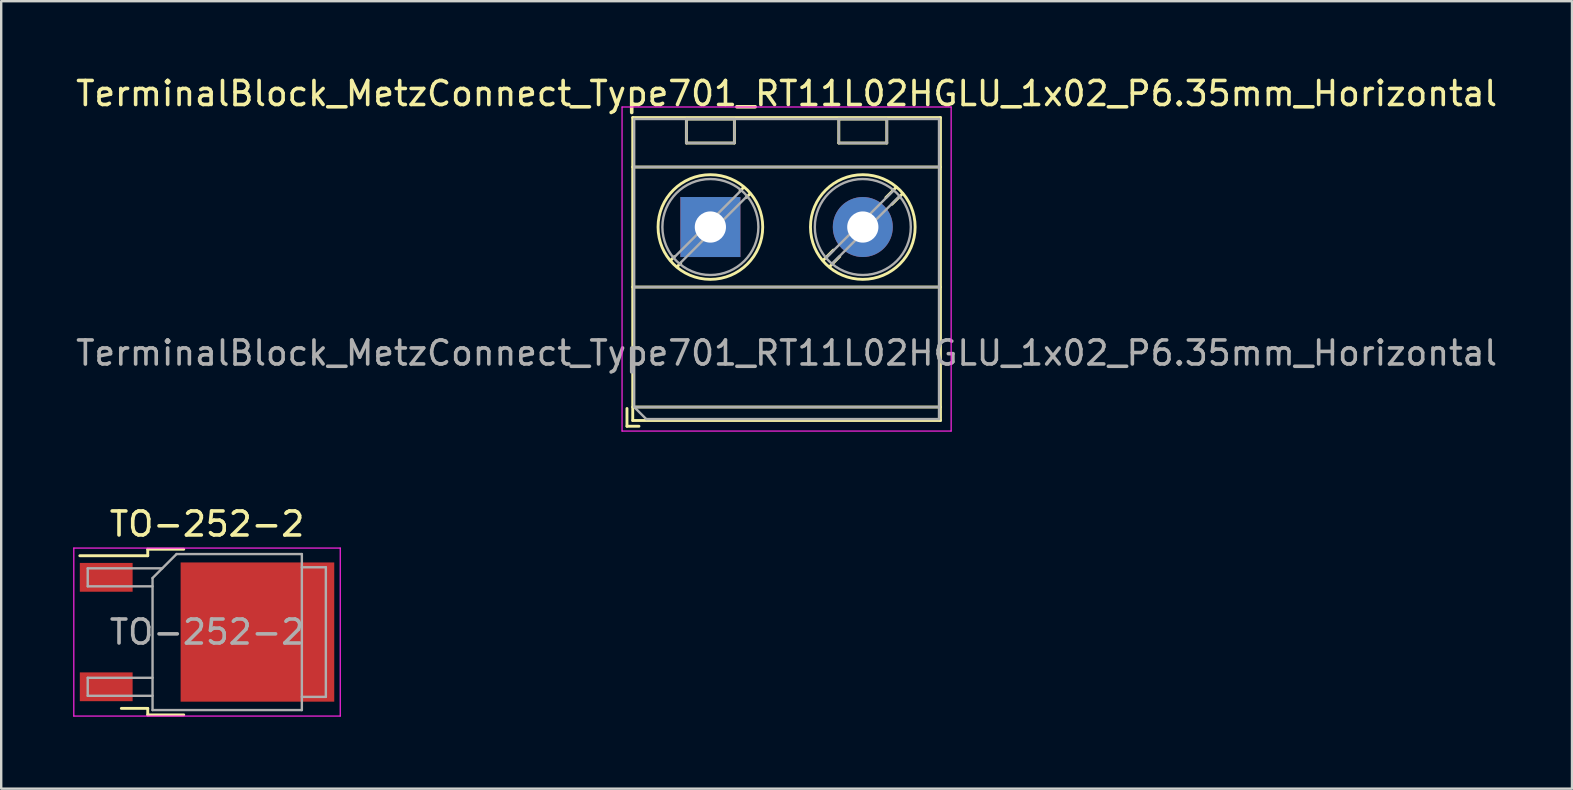
<source format=kicad_pcb>
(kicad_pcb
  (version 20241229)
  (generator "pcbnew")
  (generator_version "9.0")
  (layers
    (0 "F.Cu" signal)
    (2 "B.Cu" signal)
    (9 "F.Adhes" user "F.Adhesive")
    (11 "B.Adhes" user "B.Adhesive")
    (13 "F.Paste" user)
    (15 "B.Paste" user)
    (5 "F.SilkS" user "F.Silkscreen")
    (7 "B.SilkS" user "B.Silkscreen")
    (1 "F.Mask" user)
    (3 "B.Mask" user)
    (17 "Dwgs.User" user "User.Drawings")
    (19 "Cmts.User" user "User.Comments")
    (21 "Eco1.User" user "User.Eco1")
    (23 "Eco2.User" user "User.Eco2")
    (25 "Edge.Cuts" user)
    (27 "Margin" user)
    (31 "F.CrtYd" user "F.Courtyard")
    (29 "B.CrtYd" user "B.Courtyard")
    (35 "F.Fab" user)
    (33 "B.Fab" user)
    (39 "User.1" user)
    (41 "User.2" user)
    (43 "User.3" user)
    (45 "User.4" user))
  (footprint "TerminalBlock_MetzConnect_Type701_RT11L02HGLU_1x02_P6.35mm_Horizontal"
    (layer "F.Cu")
    (at 26.545 6.408)
    (property "Reference" "TerminalBlock_MetzConnect_Type701_RT11L02HGLU_1x02_P6.35mm_Horizontal" (at 3.175 -5.56 0) (layer "F.SilkS") (effects (font (size 1 1) (thickness 0.15))))
    (attr through_hole)
    (fp_line (start -3.475 7.56) (end -3.475 8.3) (stroke (width 0.12) (type solid)) (layer "F.SilkS"))
    (fp_line (start -3.475 8.3) (end -2.975 8.3) (stroke (width 0.12) (type solid)) (layer "F.SilkS"))
    (fp_line (start -3.235 -4.56) (end -3.235 8.06) (stroke (width 0.12) (type solid)) (layer "F.SilkS"))
    (fp_line (start -3.235 -4.56) (end 9.585 -4.56) (stroke (width 0.12) (type solid)) (layer "F.SilkS"))
    (fp_line (start -3.235 -2.5) (end 9.585 -2.5) (stroke (width 0.12) (type solid)) (layer "F.SilkS"))
    (fp_line (start -3.235 2.5) (end 9.585 2.5) (stroke (width 0.12) (type solid)) (layer "F.SilkS"))
    (fp_line (start -3.235 7.5) (end 9.585 7.5) (stroke (width 0.12) (type solid)) (layer "F.SilkS"))
    (fp_line (start -3.235 8.06) (end 9.585 8.06) (stroke (width 0.12) (type solid)) (layer "F.SilkS"))
    (fp_line (start -1.502 1.235) (end -1.654 1.388) (stroke (width 0.12) (type solid)) (layer "F.SilkS"))
    (fp_line (start -1.236 1.502) (end -1.388 1.654) (stroke (width 0.12) (type solid)) (layer "F.SilkS"))
    (fp_line (start -1 -4.5) (end -1 -3.5) (stroke (width 0.12) (type solid)) (layer "F.SilkS"))
    (fp_line (start -1 -4.5) (end 1 -4.5) (stroke (width 0.12) (type solid)) (layer "F.SilkS"))
    (fp_line (start -1 -3.5) (end 1 -3.5) (stroke (width 0.12) (type solid)) (layer "F.SilkS"))
    (fp_line (start 1 -4.5) (end 1 -3.5) (stroke (width 0.12) (type solid)) (layer "F.SilkS"))
    (fp_line (start 1.388 -1.654) (end 1.236 -1.502) (stroke (width 0.12) (type solid)) (layer "F.SilkS"))
    (fp_line (start 1.654 -1.388) (end 1.502 -1.236) (stroke (width 0.12) (type solid)) (layer "F.SilkS"))
    (fp_line (start 5.123 0.962) (end 4.697 1.388) (stroke (width 0.12) (type solid)) (layer "F.SilkS"))
    (fp_line (start 5.35 -4.5) (end 5.35 -3.5) (stroke (width 0.12) (type solid)) (layer "F.SilkS"))
    (fp_line (start 5.35 -4.5) (end 7.35 -4.5) (stroke (width 0.12) (type solid)) (layer "F.SilkS"))
    (fp_line (start 5.35 -3.5) (end 7.35 -3.5) (stroke (width 0.12) (type solid)) (layer "F.SilkS"))
    (fp_line (start 5.389 1.228) (end 4.963 1.654) (stroke (width 0.12) (type solid)) (layer "F.SilkS"))
    (fp_line (start 7.35 -4.5) (end 7.35 -3.5) (stroke (width 0.12) (type solid)) (layer "F.SilkS"))
    (fp_line (start 7.738 -1.654) (end 7.312 -1.228) (stroke (width 0.12) (type solid)) (layer "F.SilkS"))
    (fp_line (start 8.004 -1.388) (end 7.563 -0.947) (stroke (width 0.12) (type solid)) (layer "F.SilkS"))
    (fp_line (start 9.585 -4.56) (end 9.585 8.06) (stroke (width 0.12) (type solid)) (layer "F.SilkS"))
    (fp_circle (center 0 0) (end 2.18 0) (stroke (width 0.12) (type solid)) (fill no) (layer "F.SilkS"))
    (fp_circle (center 6.35 0) (end 8.53 0) (stroke (width 0.12) (type solid)) (fill no) (layer "F.SilkS"))
    (fp_line (start -3.68 -5) (end -3.68 8.5) (stroke (width 0.05) (type solid)) (layer "F.CrtYd"))
    (fp_line (start -3.68 8.5) (end 10.03 8.5) (stroke (width 0.05) (type solid)) (layer "F.CrtYd"))
    (fp_line (start 10.03 -5) (end -3.68 -5) (stroke (width 0.05) (type solid)) (layer "F.CrtYd"))
    (fp_line (start 10.03 8.5) (end 10.03 -5) (stroke (width 0.05) (type solid)) (layer "F.CrtYd"))
    (fp_line (start -3.175 -4.5) (end 9.525 -4.5) (stroke (width 0.1) (type solid)) (layer "F.Fab"))
    (fp_line (start -3.175 -2.5) (end 9.525 -2.5) (stroke (width 0.1) (type solid)) (layer "F.Fab"))
    (fp_line (start -3.175 2.5) (end 9.525 2.5) (stroke (width 0.1) (type solid)) (layer "F.Fab"))
    (fp_line (start -3.175 7.5) (end -3.175 -4.5) (stroke (width 0.1) (type solid)) (layer "F.Fab"))
    (fp_line (start -3.175 7.5) (end 9.525 7.5) (stroke (width 0.1) (type solid)) (layer "F.Fab"))
    (fp_line (start -2.675 8) (end -3.175 7.5) (stroke (width 0.1) (type solid)) (layer "F.Fab"))
    (fp_line (start -1 -4.5) (end -1 -3.5) (stroke (width 0.1) (type solid)) (layer "F.Fab"))
    (fp_line (start -1 -3.5) (end 1 -3.5) (stroke (width 0.1) (type solid)) (layer "F.Fab"))
    (fp_line (start 1 -4.5) (end -1 -4.5) (stroke (width 0.1) (type solid)) (layer "F.Fab"))
    (fp_line (start 1 -3.5) (end 1 -4.5) (stroke (width 0.1) (type solid)) (layer "F.Fab"))
    (fp_line (start 1.273 -1.517) (end -1.517 1.273) (stroke (width 0.1) (type solid)) (layer "F.Fab"))
    (fp_line (start 1.517 -1.273) (end -1.273 1.517) (stroke (width 0.1) (type solid)) (layer "F.Fab"))
    (fp_line (start 5.35 -4.5) (end 5.35 -3.5) (stroke (width 0.1) (type solid)) (layer "F.Fab"))
    (fp_line (start 5.35 -3.5) (end 7.35 -3.5) (stroke (width 0.1) (type solid)) (layer "F.Fab"))
    (fp_line (start 7.35 -4.5) (end 5.35 -4.5) (stroke (width 0.1) (type solid)) (layer "F.Fab"))
    (fp_line (start 7.35 -3.5) (end 7.35 -4.5) (stroke (width 0.1) (type solid)) (layer "F.Fab"))
    (fp_line (start 7.623 -1.517) (end 4.834 1.273) (stroke (width 0.1) (type solid)) (layer "F.Fab"))
    (fp_line (start 7.867 -1.273) (end 5.078 1.517) (stroke (width 0.1) (type solid)) (layer "F.Fab"))
    (fp_line (start 9.525 -4.5) (end 9.525 8) (stroke (width 0.1) (type solid)) (layer "F.Fab"))
    (fp_line (start 9.525 8) (end -2.675 8) (stroke (width 0.1) (type solid)) (layer "F.Fab"))
    (fp_circle (center 0 0) (end 2 0) (stroke (width 0.1) (type solid)) (fill no) (layer "F.Fab"))
    (fp_circle (center 6.35 0) (end 8.35 0) (stroke (width 0.1) (type solid)) (fill no) (layer "F.Fab"))
    (fp_text user "${REFERENCE}" (at 3.175 5.25 0) (layer "F.Fab") (effects (font (size 1 1) (thickness 0.15))))
    (pad "1" thru_hole rect (at 0 0) (size 2.5 2.5) (drill 1.3) (layers "*.Cu" "*.Mask"))
    (pad "2" thru_hole circle (at 6.35 0) (size 2.5 2.5) (drill 1.3) (layers "*.Cu" "*.Mask")))
  (footprint "TO-252-2"
    (layer "F.Cu")
    (at 5.575 23.282)
    (property "Reference" "TO-252-2" (at 0 -4.5 0) (layer "F.SilkS") (effects (font (size 1 1) (thickness 0.15))))
    (attr smd)
    (fp_line (start -2.47 -3.45) (end -2.47 -3.18) (stroke (width 0.12) (type solid)) (layer "F.SilkS"))
    (fp_line (start -2.47 -3.18) (end -5.3 -3.18) (stroke (width 0.12) (type solid)) (layer "F.SilkS"))
    (fp_line (start -2.47 3.18) (end -3.57 3.18) (stroke (width 0.12) (type solid)) (layer "F.SilkS"))
    (fp_line (start -2.47 3.45) (end -2.47 3.18) (stroke (width 0.12) (type solid)) (layer "F.SilkS"))
    (fp_line (start -0.97 -3.45) (end -2.47 -3.45) (stroke (width 0.12) (type solid)) (layer "F.SilkS"))
    (fp_line (start -0.97 3.45) (end -2.47 3.45) (stroke (width 0.12) (type solid)) (layer "F.SilkS"))
    (fp_line (start -5.55 -3.5) (end -5.55 3.5) (stroke (width 0.05) (type solid)) (layer "F.CrtYd"))
    (fp_line (start -5.55 3.5) (end 5.55 3.5) (stroke (width 0.05) (type solid)) (layer "F.CrtYd"))
    (fp_line (start 5.55 -3.5) (end -5.55 -3.5) (stroke (width 0.05) (type solid)) (layer "F.CrtYd"))
    (fp_line (start 5.55 3.5) (end 5.55 -3.5) (stroke (width 0.05) (type solid)) (layer "F.CrtYd"))
    (fp_line (start -4.97 -2.655) (end -4.97 -1.905) (stroke (width 0.1) (type solid)) (layer "F.Fab"))
    (fp_line (start -4.97 -1.905) (end -2.27 -1.905) (stroke (width 0.1) (type solid)) (layer "F.Fab"))
    (fp_line (start -4.97 1.905) (end -4.97 2.655) (stroke (width 0.1) (type solid)) (layer "F.Fab"))
    (fp_line (start -4.97 2.655) (end -2.27 2.655) (stroke (width 0.1) (type solid)) (layer "F.Fab"))
    (fp_line (start -2.27 -2.25) (end -1.27 -3.25) (stroke (width 0.1) (type solid)) (layer "F.Fab"))
    (fp_line (start -2.27 1.905) (end -4.97 1.905) (stroke (width 0.1) (type solid)) (layer "F.Fab"))
    (fp_line (start -2.27 3.25) (end -2.27 -2.25) (stroke (width 0.1) (type solid)) (layer "F.Fab"))
    (fp_line (start -1.865 -2.655) (end -4.97 -2.655) (stroke (width 0.1) (type solid)) (layer "F.Fab"))
    (fp_line (start -1.27 -3.25) (end 3.95 -3.25) (stroke (width 0.1) (type solid)) (layer "F.Fab"))
    (fp_line (start 3.95 -3.25) (end 3.95 3.25) (stroke (width 0.1) (type solid)) (layer "F.Fab"))
    (fp_line (start 3.95 -2.7) (end 4.95 -2.7) (stroke (width 0.1) (type solid)) (layer "F.Fab"))
    (fp_line (start 3.95 3.25) (end -2.27 3.25) (stroke (width 0.1) (type solid)) (layer "F.Fab"))
    (fp_line (start 4.95 -2.7) (end 4.95 2.7) (stroke (width 0.1) (type solid)) (layer "F.Fab"))
    (fp_line (start 4.95 2.7) (end 3.95 2.7) (stroke (width 0.1) (type solid)) (layer "F.Fab"))
    (fp_text user "${REFERENCE}" (at 0 0 0) (layer "F.Fab") (effects (font (size 1 1) (thickness 0.15))))
    (pad "" smd rect (at 0.425 -1.525) (size 3.05 2.75) (layers "F.Paste"))
    (pad "" smd rect (at 0.425 1.525) (size 3.05 2.75) (layers "F.Paste"))
    (pad "" smd rect (at 3.775 -1.525) (size 3.05 2.75) (layers "F.Paste"))
    (pad "" smd rect (at 3.775 1.525) (size 3.05 2.75) (layers "F.Paste"))
    (pad "1" smd rect (at -4.2 -2.28) (size 2.2 1.2) (layers "F.Cu" "F.Mask" "F.Paste"))
    (pad "2" smd rect (at 2.1 0) (size 6.4 5.8) (layers "F.Cu" "F.Mask"))
    (pad "3" smd rect (at -4.2 2.28) (size 2.2 1.2) (layers "F.Cu" "F.Mask" "F.Paste")))
  (gr_rect
    (start -3 -3)
    (end 62.44 29.806)
    (stroke (width 0.1) (type default))
    (fill no)
    (layer "Edge.Cuts")))
</source>
